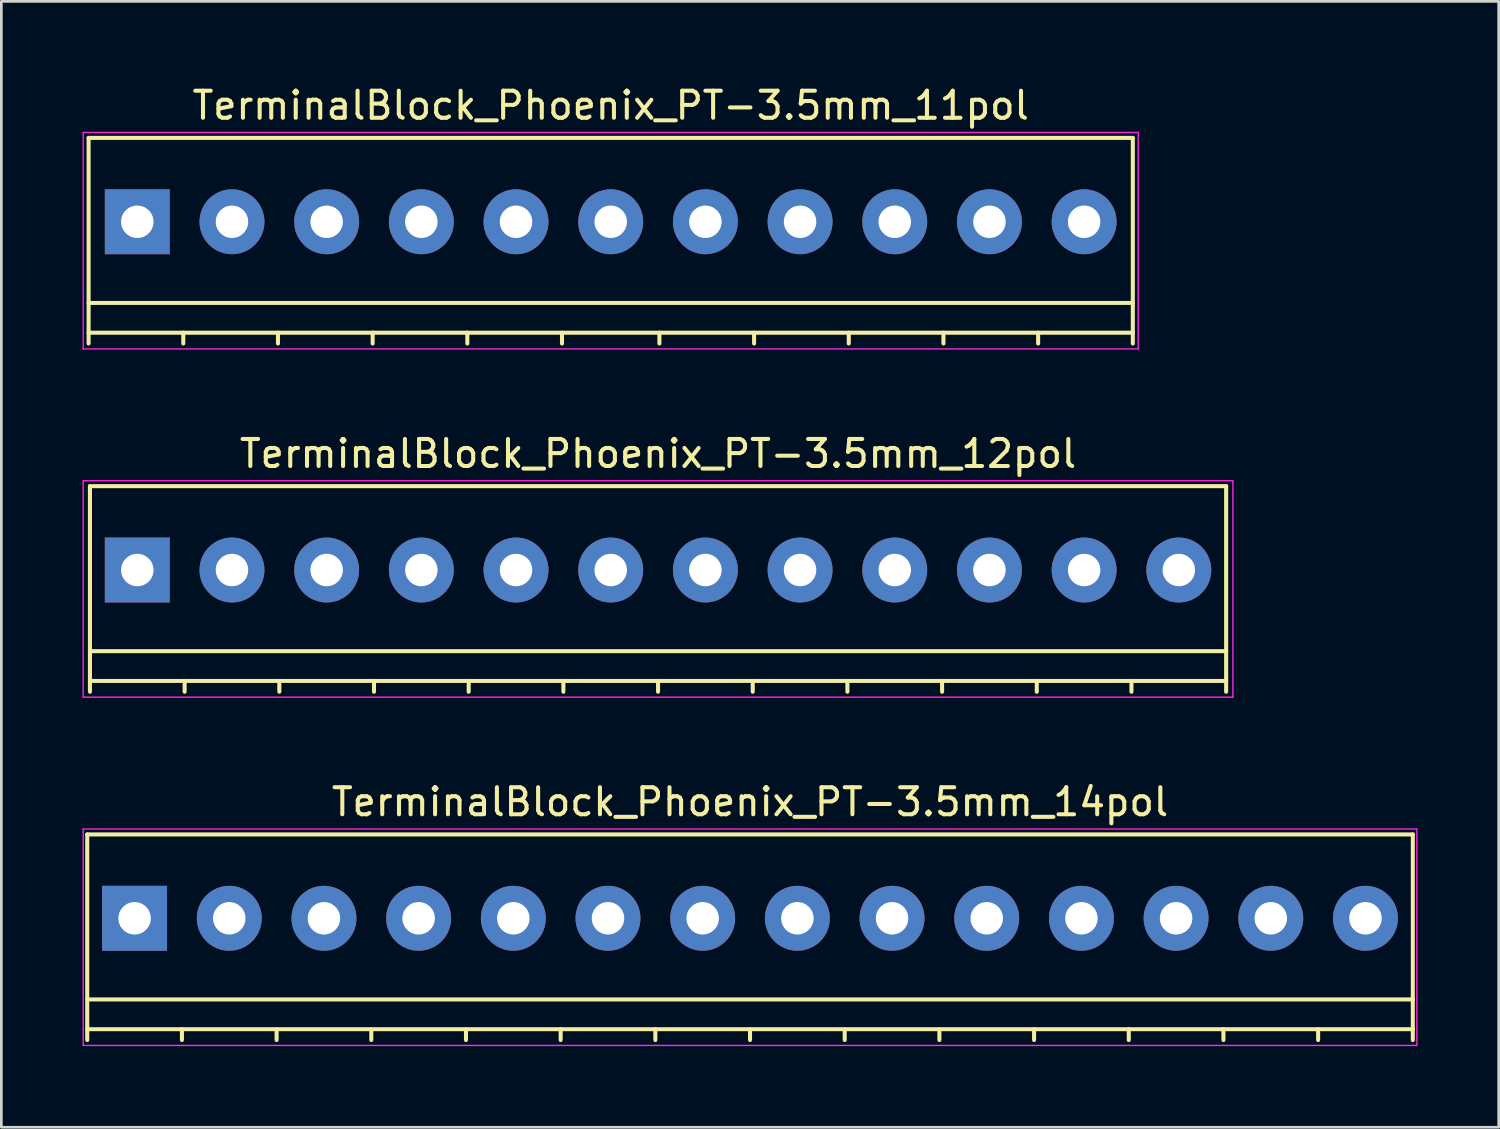
<source format=kicad_pcb>
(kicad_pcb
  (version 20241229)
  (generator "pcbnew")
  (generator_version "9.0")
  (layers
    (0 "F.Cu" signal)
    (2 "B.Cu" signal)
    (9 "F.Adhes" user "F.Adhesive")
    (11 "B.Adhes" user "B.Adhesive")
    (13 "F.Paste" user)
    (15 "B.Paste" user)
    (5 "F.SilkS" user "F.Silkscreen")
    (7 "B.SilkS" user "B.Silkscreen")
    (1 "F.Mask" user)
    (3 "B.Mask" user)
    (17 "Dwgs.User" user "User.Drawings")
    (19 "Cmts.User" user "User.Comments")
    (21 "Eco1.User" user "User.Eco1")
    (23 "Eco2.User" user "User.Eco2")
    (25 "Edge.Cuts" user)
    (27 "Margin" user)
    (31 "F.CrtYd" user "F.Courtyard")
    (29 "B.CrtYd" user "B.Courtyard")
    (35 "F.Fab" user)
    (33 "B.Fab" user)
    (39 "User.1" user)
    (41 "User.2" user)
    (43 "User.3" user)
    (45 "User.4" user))
  (footprint "TerminalBlock_Phoenix_PT-3.5mm_11pol"
    (layer "F.Cu")
    (at 2.025 5.148)
    (property "Reference" "TerminalBlock_Phoenix_PT-3.5mm_11pol" (at 17.5 -4.3 0) (layer "F.SilkS") (effects (font (size 1 1) (thickness 0.15))))
    (attr through_hole)
    (fp_line (start -1.8 -3.1) (end -1.8 4.5) (stroke (width 0.15) (type solid)) (layer "F.SilkS"))
    (fp_line (start -1.8 3) (end 36.8 3) (stroke (width 0.15) (type solid)) (layer "F.SilkS"))
    (fp_line (start -1.8 4.1) (end 36.8 4.1) (stroke (width 0.15) (type solid)) (layer "F.SilkS"))
    (fp_line (start 1.7 4.1) (end 1.7 4.5) (stroke (width 0.15) (type solid)) (layer "F.SilkS"))
    (fp_line (start 5.2 4.1) (end 5.2 4.5) (stroke (width 0.15) (type solid)) (layer "F.SilkS"))
    (fp_line (start 8.7 4.1) (end 8.7 4.5) (stroke (width 0.15) (type solid)) (layer "F.SilkS"))
    (fp_line (start 12.2 4.1) (end 12.2 4.5) (stroke (width 0.15) (type solid)) (layer "F.SilkS"))
    (fp_line (start 15.7 4.1) (end 15.7 4.5) (stroke (width 0.15) (type solid)) (layer "F.SilkS"))
    (fp_line (start 19.3 4.1) (end 19.3 4.5) (stroke (width 0.15) (type solid)) (layer "F.SilkS"))
    (fp_line (start 22.8 4.1) (end 22.8 4.5) (stroke (width 0.15) (type solid)) (layer "F.SilkS"))
    (fp_line (start 26.3 4.1) (end 26.3 4.5) (stroke (width 0.15) (type solid)) (layer "F.SilkS"))
    (fp_line (start 29.8 4.1) (end 29.8 4.5) (stroke (width 0.15) (type solid)) (layer "F.SilkS"))
    (fp_line (start 33.3 4.1) (end 33.3 4.5) (stroke (width 0.15) (type solid)) (layer "F.SilkS"))
    (fp_line (start 36.8 -3.1) (end -1.8 -3.1) (stroke (width 0.15) (type solid)) (layer "F.SilkS"))
    (fp_line (start 36.8 4.5) (end 36.8 -3.1) (stroke (width 0.15) (type solid)) (layer "F.SilkS"))
    (fp_line (start -2 -3.3) (end 37 -3.3) (stroke (width 0.05) (type solid)) (layer "F.CrtYd"))
    (fp_line (start -2 4.7) (end -2 -3.3) (stroke (width 0.05) (type solid)) (layer "F.CrtYd"))
    (fp_line (start 37 -3.3) (end 37 4.7) (stroke (width 0.05) (type solid)) (layer "F.CrtYd"))
    (fp_line (start 37 4.7) (end -2 4.7) (stroke (width 0.05) (type solid)) (layer "F.CrtYd"))
    (pad "1" thru_hole rect (at 0 0 180) (size 2.4 2.4) (drill 1.2) (layers "*.Cu" "*.Mask"))
    (pad "2" thru_hole circle (at 3.5 0 180) (size 2.4 2.4) (drill 1.2) (layers "*.Cu" "*.Mask"))
    (pad "3" thru_hole circle (at 7 0 180) (size 2.4 2.4) (drill 1.2) (layers "*.Cu" "*.Mask"))
    (pad "4" thru_hole circle (at 10.5 0 180) (size 2.4 2.4) (drill 1.2) (layers "*.Cu" "*.Mask"))
    (pad "5" thru_hole circle (at 14 0 180) (size 2.4 2.4) (drill 1.2) (layers "*.Cu" "*.Mask"))
    (pad "6" thru_hole circle (at 17.5 0 180) (size 2.4 2.4) (drill 1.2) (layers "*.Cu" "*.Mask"))
    (pad "7" thru_hole circle (at 21 0 180) (size 2.4 2.4) (drill 1.2) (layers "*.Cu" "*.Mask"))
    (pad "8" thru_hole circle (at 24.5 0 180) (size 2.4 2.4) (drill 1.2) (layers "*.Cu" "*.Mask"))
    (pad "9" thru_hole circle (at 28 0 180) (size 2.4 2.4) (drill 1.2) (layers "*.Cu" "*.Mask"))
    (pad "10" thru_hole circle (at 31.5 0 180) (size 2.4 2.4) (drill 1.2) (layers "*.Cu" "*.Mask"))
    (pad "11" thru_hole circle (at 35 0 180) (size 2.4 2.4) (drill 1.2) (layers "*.Cu" "*.Mask")))
  (footprint "TerminalBlock_Phoenix_PT-3.5mm_12pol"
    (layer "F.Cu")
    (at 2.025 18.021)
    (property "Reference" "TerminalBlock_Phoenix_PT-3.5mm_12pol" (at 19.25 -4.3 0) (layer "F.SilkS") (effects (font (size 1 1) (thickness 0.15))))
    (attr through_hole)
    (fp_line (start -1.75 -3.1) (end -1.75 4.5) (stroke (width 0.15) (type solid)) (layer "F.SilkS"))
    (fp_line (start -1.75 3) (end 40.25 3) (stroke (width 0.15) (type solid)) (layer "F.SilkS"))
    (fp_line (start -1.75 4.1) (end 40.25 4.1) (stroke (width 0.15) (type solid)) (layer "F.SilkS"))
    (fp_line (start 1.75 4.1) (end 1.75 4.5) (stroke (width 0.15) (type solid)) (layer "F.SilkS"))
    (fp_line (start 5.25 4.1) (end 5.25 4.5) (stroke (width 0.15) (type solid)) (layer "F.SilkS"))
    (fp_line (start 8.75 4.1) (end 8.75 4.5) (stroke (width 0.15) (type solid)) (layer "F.SilkS"))
    (fp_line (start 12.25 4.1) (end 12.25 4.5) (stroke (width 0.15) (type solid)) (layer "F.SilkS"))
    (fp_line (start 15.75 4.1) (end 15.75 4.5) (stroke (width 0.15) (type solid)) (layer "F.SilkS"))
    (fp_line (start 19.25 4.1) (end 19.25 4.5) (stroke (width 0.15) (type solid)) (layer "F.SilkS"))
    (fp_line (start 22.75 4.1) (end 22.75 4.5) (stroke (width 0.15) (type solid)) (layer "F.SilkS"))
    (fp_line (start 26.25 4.1) (end 26.25 4.5) (stroke (width 0.15) (type solid)) (layer "F.SilkS"))
    (fp_line (start 29.75 4.1) (end 29.75 4.5) (stroke (width 0.15) (type solid)) (layer "F.SilkS"))
    (fp_line (start 33.25 4.1) (end 33.25 4.5) (stroke (width 0.15) (type solid)) (layer "F.SilkS"))
    (fp_line (start 36.75 4.1) (end 36.75 4.5) (stroke (width 0.15) (type solid)) (layer "F.SilkS"))
    (fp_line (start 40.25 -3.1) (end -1.75 -3.1) (stroke (width 0.15) (type solid)) (layer "F.SilkS"))
    (fp_line (start 40.25 4.5) (end 40.25 -3.1) (stroke (width 0.15) (type solid)) (layer "F.SilkS"))
    (fp_line (start -2 -3.3) (end -1.9 -3.3) (stroke (width 0.05) (type solid)) (layer "F.CrtYd"))
    (fp_line (start -2 4.7) (end -2 -3.3) (stroke (width 0.05) (type solid)) (layer "F.CrtYd"))
    (fp_line (start -1.9 -3.3) (end 40.4 -3.3) (stroke (width 0.05) (type solid)) (layer "F.CrtYd"))
    (fp_line (start 40.4 -3.3) (end 40.5 -3.3) (stroke (width 0.05) (type solid)) (layer "F.CrtYd"))
    (fp_line (start 40.5 -3.3) (end 40.5 4.7) (stroke (width 0.05) (type solid)) (layer "F.CrtYd"))
    (fp_line (start 40.5 4.7) (end -2 4.7) (stroke (width 0.05) (type solid)) (layer "F.CrtYd"))
    (pad "1" thru_hole rect (at 0 0 180) (size 2.4 2.4) (drill 1.2) (layers "*.Cu" "*.Mask"))
    (pad "2" thru_hole circle (at 3.5 0 180) (size 2.4 2.4) (drill 1.2) (layers "*.Cu" "*.Mask"))
    (pad "3" thru_hole circle (at 7 0 180) (size 2.4 2.4) (drill 1.2) (layers "*.Cu" "*.Mask"))
    (pad "4" thru_hole circle (at 10.5 0 180) (size 2.4 2.4) (drill 1.2) (layers "*.Cu" "*.Mask"))
    (pad "5" thru_hole circle (at 14 0 180) (size 2.4 2.4) (drill 1.2) (layers "*.Cu" "*.Mask"))
    (pad "6" thru_hole circle (at 17.5 0 180) (size 2.4 2.4) (drill 1.2) (layers "*.Cu" "*.Mask"))
    (pad "7" thru_hole circle (at 21 0 180) (size 2.4 2.4) (drill 1.2) (layers "*.Cu" "*.Mask"))
    (pad "8" thru_hole circle (at 24.5 0 180) (size 2.4 2.4) (drill 1.2) (layers "*.Cu" "*.Mask"))
    (pad "9" thru_hole circle (at 28 0 180) (size 2.4 2.4) (drill 1.2) (layers "*.Cu" "*.Mask"))
    (pad "10" thru_hole circle (at 31.5 0 180) (size 2.4 2.4) (drill 1.2) (layers "*.Cu" "*.Mask"))
    (pad "11" thru_hole circle (at 35 0 180) (size 2.4 2.4) (drill 1.2) (layers "*.Cu" "*.Mask"))
    (pad "12" thru_hole circle (at 38.5 0 180) (size 2.4 2.4) (drill 1.2) (layers "*.Cu" "*.Mask")))
  (footprint "TerminalBlock_Phoenix_PT-3.5mm_14pol"
    (layer "F.Cu")
    (at 1.925 30.895)
    (property "Reference" "TerminalBlock_Phoenix_PT-3.5mm_14pol" (at 22.75 -4.3 0) (layer "F.SilkS") (effects (font (size 1 1) (thickness 0.15))))
    (attr through_hole)
    (fp_line (start -1.75 -3.1) (end -1.75 4.5) (stroke (width 0.15) (type solid)) (layer "F.SilkS"))
    (fp_line (start -1.75 3) (end 47.25 3) (stroke (width 0.15) (type solid)) (layer "F.SilkS"))
    (fp_line (start -1.75 4.1) (end 47.25 4.1) (stroke (width 0.15) (type solid)) (layer "F.SilkS"))
    (fp_line (start 1.75 4.1) (end 1.75 4.5) (stroke (width 0.15) (type solid)) (layer "F.SilkS"))
    (fp_line (start 5.25 4.1) (end 5.25 4.5) (stroke (width 0.15) (type solid)) (layer "F.SilkS"))
    (fp_line (start 8.75 4.1) (end 8.75 4.5) (stroke (width 0.15) (type solid)) (layer "F.SilkS"))
    (fp_line (start 12.25 4.1) (end 12.25 4.5) (stroke (width 0.15) (type solid)) (layer "F.SilkS"))
    (fp_line (start 15.75 4.1) (end 15.75 4.5) (stroke (width 0.15) (type solid)) (layer "F.SilkS"))
    (fp_line (start 19.25 4.1) (end 19.25 4.5) (stroke (width 0.15) (type solid)) (layer "F.SilkS"))
    (fp_line (start 22.75 4.1) (end 22.75 4.5) (stroke (width 0.15) (type solid)) (layer "F.SilkS"))
    (fp_line (start 26.25 4.1) (end 26.25 4.5) (stroke (width 0.15) (type solid)) (layer "F.SilkS"))
    (fp_line (start 29.75 4.1) (end 29.75 4.5) (stroke (width 0.15) (type solid)) (layer "F.SilkS"))
    (fp_line (start 33.25 4.1) (end 33.25 4.5) (stroke (width 0.15) (type solid)) (layer "F.SilkS"))
    (fp_line (start 36.75 4.1) (end 36.75 4.5) (stroke (width 0.15) (type solid)) (layer "F.SilkS"))
    (fp_line (start 40.25 4.1) (end 40.25 4.5) (stroke (width 0.15) (type solid)) (layer "F.SilkS"))
    (fp_line (start 43.75 4.1) (end 43.75 4.5) (stroke (width 0.15) (type solid)) (layer "F.SilkS"))
    (fp_line (start 47.25 -3.1) (end -1.75 -3.1) (stroke (width 0.15) (type solid)) (layer "F.SilkS"))
    (fp_line (start 47.25 4.5) (end 47.25 -3.1) (stroke (width 0.15) (type solid)) (layer "F.SilkS"))
    (fp_line (start -1.9 -3.3) (end 47.4 -3.3) (stroke (width 0.05) (type solid)) (layer "F.CrtYd"))
    (fp_line (start -1.9 4.7) (end -1.9 -3.3) (stroke (width 0.05) (type solid)) (layer "F.CrtYd"))
    (fp_line (start 47.4 -3.3) (end 47.4 4.7) (stroke (width 0.05) (type solid)) (layer "F.CrtYd"))
    (fp_line (start 47.4 4.7) (end -1.9 4.7) (stroke (width 0.05) (type solid)) (layer "F.CrtYd"))
    (pad "1" thru_hole rect (at 0 0 180) (size 2.4 2.4) (drill 1.2) (layers "*.Cu" "*.Mask"))
    (pad "2" thru_hole circle (at 3.5 0 180) (size 2.4 2.4) (drill 1.2) (layers "*.Cu" "*.Mask"))
    (pad "3" thru_hole circle (at 7 0 180) (size 2.4 2.4) (drill 1.2) (layers "*.Cu" "*.Mask"))
    (pad "4" thru_hole circle (at 10.5 0 180) (size 2.4 2.4) (drill 1.2) (layers "*.Cu" "*.Mask"))
    (pad "5" thru_hole circle (at 14 0 180) (size 2.4 2.4) (drill 1.2) (layers "*.Cu" "*.Mask"))
    (pad "6" thru_hole circle (at 17.5 0 180) (size 2.4 2.4) (drill 1.2) (layers "*.Cu" "*.Mask"))
    (pad "7" thru_hole circle (at 21 0 180) (size 2.4 2.4) (drill 1.2) (layers "*.Cu" "*.Mask"))
    (pad "8" thru_hole circle (at 24.5 0 180) (size 2.4 2.4) (drill 1.2) (layers "*.Cu" "*.Mask"))
    (pad "9" thru_hole circle (at 28 0 180) (size 2.4 2.4) (drill 1.2) (layers "*.Cu" "*.Mask"))
    (pad "10" thru_hole circle (at 31.5 0 180) (size 2.4 2.4) (drill 1.2) (layers "*.Cu" "*.Mask"))
    (pad "11" thru_hole circle (at 35 0 180) (size 2.4 2.4) (drill 1.2) (layers "*.Cu" "*.Mask"))
    (pad "12" thru_hole circle (at 38.5 0 180) (size 2.4 2.4) (drill 1.2) (layers "*.Cu" "*.Mask"))
    (pad "13" thru_hole circle (at 42 0 180) (size 2.4 2.4) (drill 1.2) (layers "*.Cu" "*.Mask"))
    (pad "14" thru_hole circle (at 45.5 0 180) (size 2.4 2.4) (drill 1.2) (layers "*.Cu" "*.Mask")))
  (gr_rect
    (start -3 -3)
    (end 52.35 38.62)
    (stroke (width 0.1) (type default))
    (fill no)
    (layer "Edge.Cuts")))
</source>
